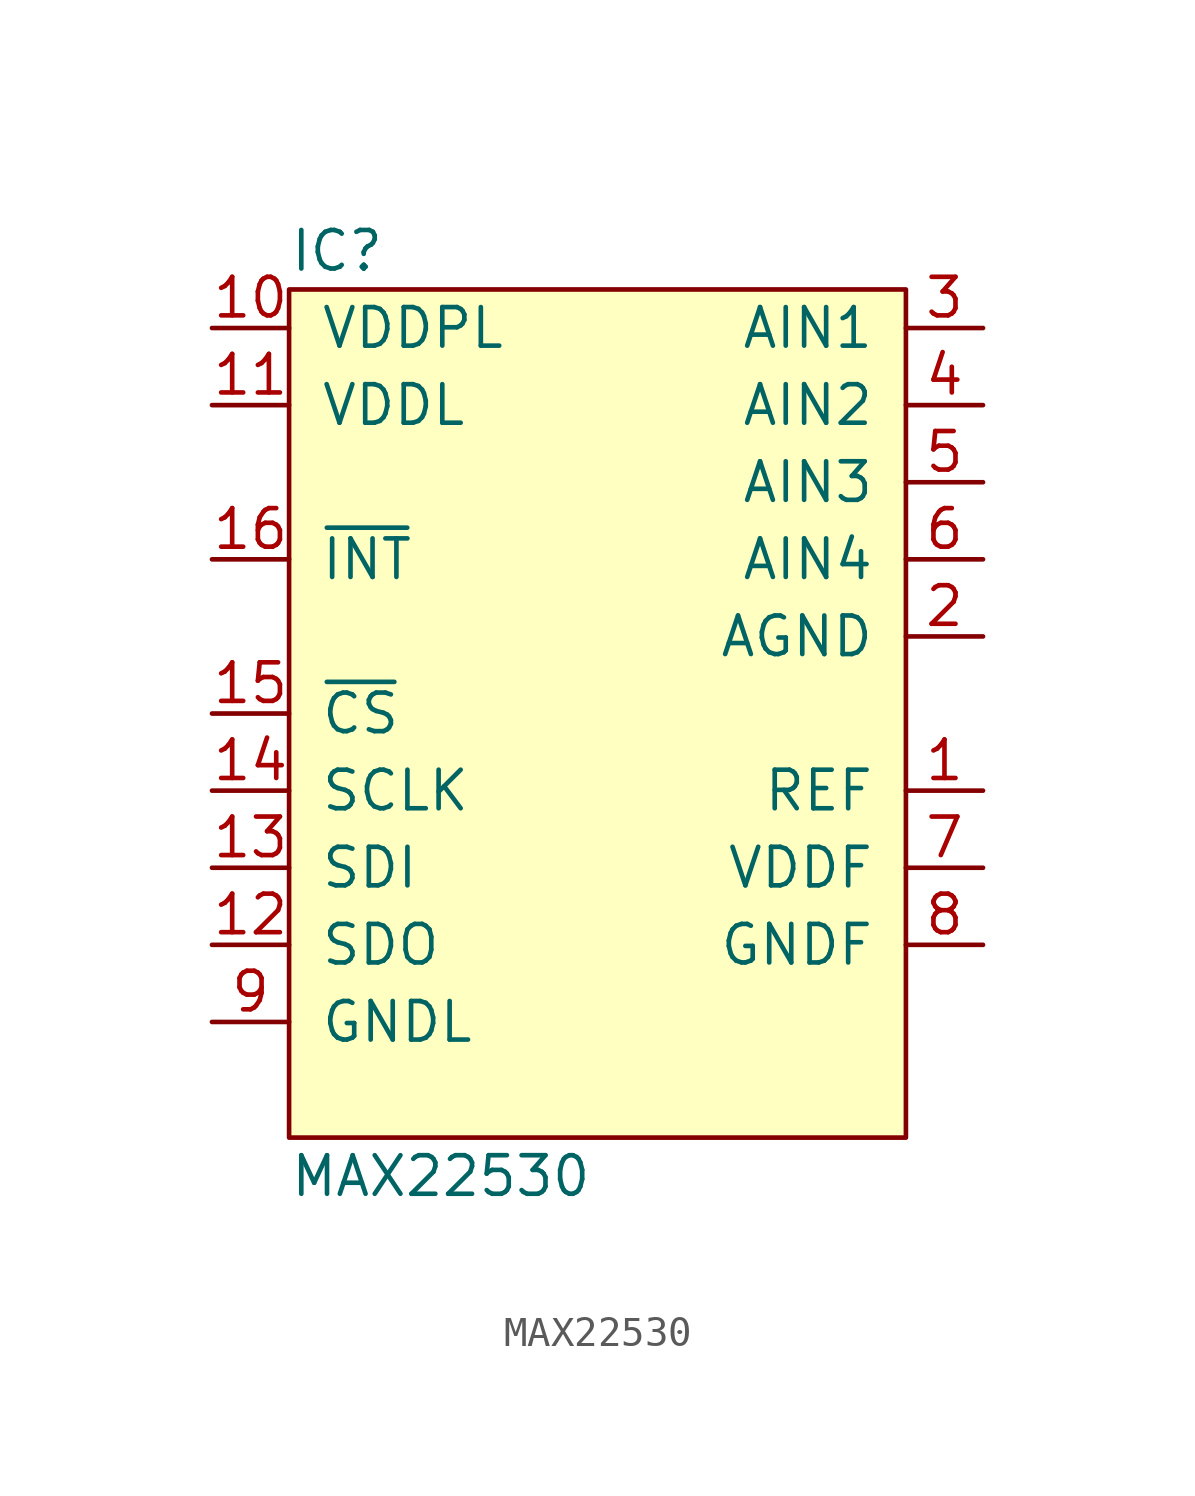
<source format=kicad_sym>
(kicad_symbol_lib
  (version 20211014)
  (generator agg_kicad.build_lib_ic)
  (symbol "MAX22530"
    (pin_names
      (offset 1.016))
    (property Reference IC
      (at -10.16 15.24 0)
      (effects (font (size 1.27 1.27)) (justify left)))
    (property Value "MAX22530"
      (at -10.16 -15.24 0)
      (effects (font (size 1.27 1.27)) (justify left)))
    (symbol "MAX22530_0_0"
      (rectangle (start -10.16 13.97) (end 10.16 -13.97) (stroke (width 0) (type default) (color 0 0 0 0)) (fill (type background)))
      (pin power_in line (at -12.7 12.7 0) (length 2.54) (name VDDPL (effects (font (size 1.27 1.27)))) (number "10" (effects (font (size 1.27 1.27)))))
      (pin power_in line (at -12.7 10.16 0) (length 2.54) (name VDDL (effects (font (size 1.27 1.27)))) (number "11" (effects (font (size 1.27 1.27)))))
      (pin output line (at -12.7 5.08 0) (length 2.54) (name "~{INT}" (effects (font (size 1.27 1.27)))) (number "16" (effects (font (size 1.27 1.27)))))
      (pin input line (at -12.7 0 0) (length 2.54) (name "~{CS}" (effects (font (size 1.27 1.27)))) (number "15" (effects (font (size 1.27 1.27)))))
      (pin input line (at -12.7 -2.54 0) (length 2.54) (name SCLK (effects (font (size 1.27 1.27)))) (number "14" (effects (font (size 1.27 1.27)))))
      (pin input line (at -12.7 -5.08 0) (length 2.54) (name SDI (effects (font (size 1.27 1.27)))) (number "13" (effects (font (size 1.27 1.27)))))
      (pin output line (at -12.7 -7.62 0) (length 2.54) (name SDO (effects (font (size 1.27 1.27)))) (number "12" (effects (font (size 1.27 1.27)))))
      (pin power_in line (at -12.7 -10.16 0) (length 2.54) (name GNDL (effects (font (size 1.27 1.27)))) (number "9" (effects (font (size 1.27 1.27)))))
      (pin input line (at 12.7 12.7 180) (length 2.54) (name "AIN1" (effects (font (size 1.27 1.27)))) (number "3" (effects (font (size 1.27 1.27)))))
      (pin input line (at 12.7 10.16 180) (length 2.54) (name "AIN2" (effects (font (size 1.27 1.27)))) (number "4" (effects (font (size 1.27 1.27)))))
      (pin input line (at 12.7 7.62 180) (length 2.54) (name "AIN3" (effects (font (size 1.27 1.27)))) (number "5" (effects (font (size 1.27 1.27)))))
      (pin input line (at 12.7 5.08 180) (length 2.54) (name "AIN4" (effects (font (size 1.27 1.27)))) (number "6" (effects (font (size 1.27 1.27)))))
      (pin power_out line (at 12.7 2.54 180) (length 2.54) (name AGND (effects (font (size 1.27 1.27)))) (number "2" (effects (font (size 1.27 1.27)))))
      (pin output line (at 12.7 -2.54 180) (length 2.54) (name REF (effects (font (size 1.27 1.27)))) (number "1" (effects (font (size 1.27 1.27)))))
      (pin output line (at 12.7 -5.08 180) (length 2.54) (name VDDF (effects (font (size 1.27 1.27)))) (number "7" (effects (font (size 1.27 1.27)))))
      (pin output line (at 12.7 -7.62 180) (length 2.54) (name GNDF (effects (font (size 1.27 1.27)))) (number "8" (effects (font (size 1.27 1.27))))))))
</source>
